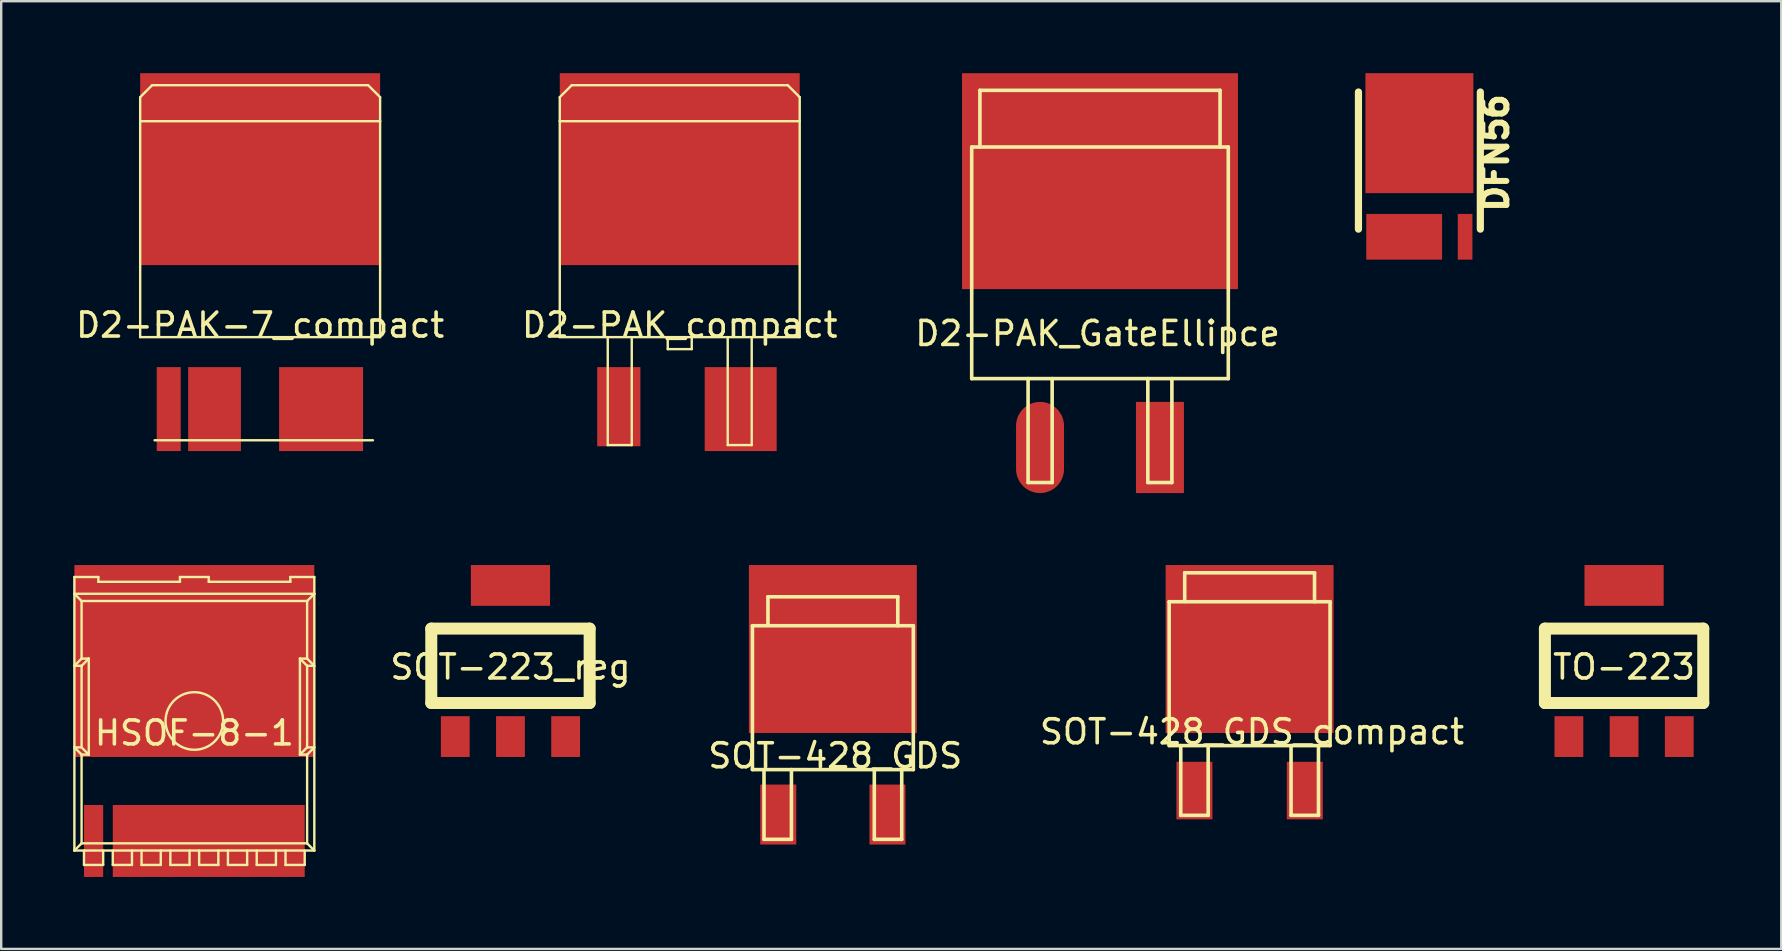
<source format=kicad_pcb>
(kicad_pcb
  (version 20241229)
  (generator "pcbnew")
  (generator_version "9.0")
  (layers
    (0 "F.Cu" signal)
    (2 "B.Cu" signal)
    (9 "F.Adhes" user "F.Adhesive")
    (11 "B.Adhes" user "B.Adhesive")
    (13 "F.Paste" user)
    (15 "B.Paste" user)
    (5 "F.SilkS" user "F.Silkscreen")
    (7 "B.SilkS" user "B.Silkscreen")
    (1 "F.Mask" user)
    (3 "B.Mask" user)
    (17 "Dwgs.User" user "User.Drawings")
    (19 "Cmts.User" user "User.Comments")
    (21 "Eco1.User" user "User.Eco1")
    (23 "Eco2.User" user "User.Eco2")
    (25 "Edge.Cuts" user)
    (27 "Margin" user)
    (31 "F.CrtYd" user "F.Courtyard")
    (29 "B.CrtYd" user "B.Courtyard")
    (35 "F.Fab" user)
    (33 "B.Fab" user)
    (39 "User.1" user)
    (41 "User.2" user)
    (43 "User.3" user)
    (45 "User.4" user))
  (footprint "D2-PAK-7_compact"
    (layer "F.Cu")
    (at 7.792 11)
    (property "Reference" "D2-PAK-7_compact" (at 0 -0.5 0) (layer "F.SilkS") (effects (font (size 1 1) (thickness 0.15))))
    (attr smd)
    (fp_line (start -5 -9) (end -5 -10) (stroke (width 0.1) (type solid)) (layer "F.SilkS"))
    (fp_line (start -5 -9) (end -5 0) (stroke (width 0.1) (type solid)) (layer "F.SilkS"))
    (fp_line (start -4.5 -10.5) (end -5 -10) (stroke (width 0.1) (type solid)) (layer "F.SilkS"))
    (fp_line (start -4.4 4.3) (end 4.7 4.3) (stroke (width 0.1) (type solid)) (layer "F.SilkS"))
    (fp_line (start 4.5 -10.5) (end -4.5 -10.5) (stroke (width 0.1) (type solid)) (layer "F.SilkS"))
    (fp_line (start 5 -10) (end 4.5 -10.5) (stroke (width 0.1) (type solid)) (layer "F.SilkS"))
    (fp_line (start 5 -9) (end -5 -9) (stroke (width 0.1) (type solid)) (layer "F.SilkS"))
    (fp_line (start 5 -9) (end 5 -10) (stroke (width 0.1) (type solid)) (layer "F.SilkS"))
    (fp_line (start 5 0) (end -5 0) (stroke (width 0.1) (type solid)) (layer "F.SilkS"))
    (fp_line (start 5 0) (end 5 -9) (stroke (width 0.1) (type solid)) (layer "F.SilkS"))
    (pad "D" smd rect (at 0 -7) (size 10 8) (layers "F.Cu" "F.Mask" "F.Paste"))
    (pad "G" smd rect (at -3.81 3) (size 1 3.5) (layers "F.Cu" "F.Mask" "F.Paste"))
    (pad "S" smd rect (at -1.9 3) (size 2.2 3.5) (layers "F.Cu" "F.Mask" "F.Paste"))
    (pad "S" smd rect (at 2.54 3) (size 3.5 3.5) (layers "F.Cu" "F.Mask" "F.Paste")))
  (footprint "SOT-428_GDS"
    (layer "F.Cu")
    (at 31.662 27.449)
    (property "Reference" "SOT-428_GDS" (at 0.099 1.001 0) (layer "F.SilkS") (effects (font (size 1 1) (thickness 0.15))))
    (attr smd)
    (fp_line (start -3.353 -4.42) (end -3.353 1.575) (stroke (width 0.15) (type solid)) (layer "F.SilkS"))
    (fp_line (start -2.87 1.575) (end -2.87 4.483) (stroke (width 0.15) (type solid)) (layer "F.SilkS"))
    (fp_line (start -2.87 4.483) (end -1.727 4.483) (stroke (width 0.15) (type solid)) (layer "F.SilkS"))
    (fp_line (start -2.705 -5.626) (end 2.705 -5.626) (stroke (width 0.15) (type solid)) (layer "F.SilkS"))
    (fp_line (start -2.705 -4.432) (end -2.705 -5.626) (stroke (width 0.15) (type solid)) (layer "F.SilkS"))
    (fp_line (start -1.727 4.483) (end -1.727 1.575) (stroke (width 0.15) (type solid)) (layer "F.SilkS"))
    (fp_line (start 1.727 1.575) (end 1.727 4.483) (stroke (width 0.15) (type solid)) (layer "F.SilkS"))
    (fp_line (start 1.727 4.483) (end 2.87 4.483) (stroke (width 0.15) (type solid)) (layer "F.SilkS"))
    (fp_line (start 2.705 -5.626) (end 2.705 -4.42) (stroke (width 0.15) (type solid)) (layer "F.SilkS"))
    (fp_line (start 2.87 4.483) (end 2.87 1.575) (stroke (width 0.15) (type solid)) (layer "F.SilkS"))
    (fp_line (start 3.353 -4.42) (end -3.353 -4.42) (stroke (width 0.15) (type solid)) (layer "F.SilkS"))
    (fp_line (start 3.353 1.575) (end -3.353 1.575) (stroke (width 0.15) (type solid)) (layer "F.SilkS"))
    (fp_line (start 3.353 1.575) (end 3.353 -4.42) (stroke (width 0.15) (type solid)) (layer "F.SilkS"))
    (pad "D" smd rect (at 0 -3.449) (size 7 7) (layers "F.Cu" "F.Mask" "F.Paste"))
    (pad "G" smd rect (at -2.276 3.449) (size 1.501 2.499) (layers "F.Cu" "F.Mask" "F.Paste"))
    (pad "S" smd rect (at 2.276 3.449) (size 1.501 2.499) (layers "F.Cu" "F.Mask" "F.Paste")))
  (footprint "D2-PAK_GateEllipce"
    (layer "F.Cu")
    (at 42.795 10.05)
    (property "Reference" "D2-PAK_GateEllipce" (at -0.099 0.8 0) (layer "F.SilkS") (effects (font (size 1 1) (thickness 0.15))))
    (attr smd)
    (fp_line (start -5.347 -6.972) (end 5.347 -6.972) (stroke (width 0.15) (type solid)) (layer "F.SilkS"))
    (fp_line (start -5.347 2.68) (end -5.347 -6.972) (stroke (width 0.15) (type solid)) (layer "F.SilkS"))
    (fp_line (start -5.004 -9.335) (end 5.004 -9.335) (stroke (width 0.15) (type solid)) (layer "F.SilkS"))
    (fp_line (start -5.004 -6.972) (end -5.004 -9.335) (stroke (width 0.15) (type solid)) (layer "F.SilkS"))
    (fp_line (start -2.997 2.68) (end -2.997 7.01) (stroke (width 0.15) (type solid)) (layer "F.SilkS"))
    (fp_line (start -2.997 7.01) (end -1.994 7.01) (stroke (width 0.15) (type solid)) (layer "F.SilkS"))
    (fp_line (start -1.994 7.01) (end -1.994 2.68) (stroke (width 0.15) (type solid)) (layer "F.SilkS"))
    (fp_line (start 1.994 2.68) (end 1.994 7.01) (stroke (width 0.15) (type solid)) (layer "F.SilkS"))
    (fp_line (start 1.994 7.01) (end 2.997 7.01) (stroke (width 0.15) (type solid)) (layer "F.SilkS"))
    (fp_line (start 2.997 7.01) (end 2.997 2.68) (stroke (width 0.15) (type solid)) (layer "F.SilkS"))
    (fp_line (start 5.004 -9.335) (end 5.004 -6.972) (stroke (width 0.15) (type solid)) (layer "F.SilkS"))
    (fp_line (start 5.347 -6.972) (end 5.347 2.68) (stroke (width 0.15) (type solid)) (layer "F.SilkS"))
    (fp_line (start 5.347 2.68) (end -5.347 2.68) (stroke (width 0.15) (type solid)) (layer "F.SilkS"))
    (pad "D" smd rect (at 0 -5.55) (size 11.501 8.999) (layers "F.Cu" "F.Mask" "F.Paste"))
    (pad "G" smd oval (at -2.499 5.55) (size 1.999 3.8) (layers "F.Cu" "F.Mask" "F.Paste"))
    (pad "S" smd rect (at 2.499 5.55) (size 1.999 3.8) (layers "F.Cu" "F.Mask" "F.Paste")))
  (footprint "HSOF-8-1"
    (layer "F.Cu")
    (at 5.05 26.999)
    (property "Reference" "HSOF-8-1" (at 0 0.5 0) (layer "F.SilkS") (effects (font (size 1 1) (thickness 0.15))))
    (attr through_hole)
    (fp_line (start -5 -6) (end -5 -5.3) (stroke (width 0.1) (type solid)) (layer "F.SilkS"))
    (fp_line (start -5 -5.3) (end -5 5.4) (stroke (width 0.1) (type solid)) (layer "F.SilkS"))
    (fp_line (start -5 -5.3) (end -4.7 -5) (stroke (width 0.1) (type solid)) (layer "F.SilkS"))
    (fp_line (start -5 -5.3) (end 5 -5.3) (stroke (width 0.1) (type solid)) (layer "F.SilkS"))
    (fp_line (start -5 5.4) (end 5 5.4) (stroke (width 0.1) (type solid)) (layer "F.SilkS"))
    (fp_line (start -4.7 -5) (end 4.7 -5) (stroke (width 0.1) (type solid)) (layer "F.SilkS"))
    (fp_line (start -4.7 -2.6) (end -5 -2.3) (stroke (width 0.1) (type solid)) (layer "F.SilkS"))
    (fp_line (start -4.7 -2.6) (end -4.7 -5) (stroke (width 0.1) (type solid)) (layer "F.SilkS"))
    (fp_line (start -4.7 -2.3) (end -5 -2.3) (stroke (width 0.1) (type solid)) (layer "F.SilkS"))
    (fp_line (start -4.7 -2.3) (end -4.7 1.1) (stroke (width 0.1) (type solid)) (layer "F.SilkS"))
    (fp_line (start -4.7 1.1) (end -5 1.1) (stroke (width 0.1) (type solid)) (layer "F.SilkS"))
    (fp_line (start -4.7 1.1) (end -4.4 1.4) (stroke (width 0.1) (type solid)) (layer "F.SilkS"))
    (fp_line (start -4.7 1.4) (end -5 1.1) (stroke (width 0.1) (type solid)) (layer "F.SilkS"))
    (fp_line (start -4.7 1.4) (end -4.7 5.1) (stroke (width 0.1) (type solid)) (layer "F.SilkS"))
    (fp_line (start -4.7 1.4) (end -4.4 1.4) (stroke (width 0.1) (type solid)) (layer "F.SilkS"))
    (fp_line (start -4.7 5.1) (end -5 5.4) (stroke (width 0.1) (type solid)) (layer "F.SilkS"))
    (fp_line (start -4.7 5.1) (end 4.7 5.1) (stroke (width 0.1) (type solid)) (layer "F.SilkS"))
    (fp_line (start -4.6 5.4) (end -4.6 6) (stroke (width 0.1) (type solid)) (layer "F.SilkS"))
    (fp_line (start -4.4 -2.6) (end -4.7 -2.6) (stroke (width 0.1) (type solid)) (layer "F.SilkS"))
    (fp_line (start -4.4 -2.6) (end -4.7 -2.3) (stroke (width 0.1) (type solid)) (layer "F.SilkS"))
    (fp_line (start -4.4 1.4) (end -4.4 -2.6) (stroke (width 0.1) (type solid)) (layer "F.SilkS"))
    (fp_line (start -4 -6) (end -5 -6) (stroke (width 0.1) (type solid)) (layer "F.SilkS"))
    (fp_line (start -4 -5.8) (end -4 -6) (stroke (width 0.1) (type solid)) (layer "F.SilkS"))
    (fp_line (start -3.8 5.4) (end -3.8 6) (stroke (width 0.1) (type solid)) (layer "F.SilkS"))
    (fp_line (start -3.8 6) (end -4.6 6) (stroke (width 0.1) (type solid)) (layer "F.SilkS"))
    (fp_line (start -3.4 6) (end -3.4 5.4) (stroke (width 0.1) (type solid)) (layer "F.SilkS"))
    (fp_line (start -2.6 5.4) (end -2.6 6) (stroke (width 0.1) (type solid)) (layer "F.SilkS"))
    (fp_line (start -2.6 6) (end -3.4 6) (stroke (width 0.1) (type solid)) (layer "F.SilkS"))
    (fp_line (start -2.2 6) (end -2.2 5.4) (stroke (width 0.1) (type solid)) (layer "F.SilkS"))
    (fp_line (start -1.4 5.4) (end -1.4 6) (stroke (width 0.1) (type solid)) (layer "F.SilkS"))
    (fp_line (start -1.4 6) (end -2.2 6) (stroke (width 0.1) (type solid)) (layer "F.SilkS"))
    (fp_line (start -1 6) (end -1 5.4) (stroke (width 0.1) (type solid)) (layer "F.SilkS"))
    (fp_line (start -0.6 -6) (end -0.6 -5.8) (stroke (width 0.1) (type solid)) (layer "F.SilkS"))
    (fp_line (start -0.6 -6) (end 0.6 -6) (stroke (width 0.1) (type solid)) (layer "F.SilkS"))
    (fp_line (start -0.6 -5.8) (end -4 -5.8) (stroke (width 0.1) (type solid)) (layer "F.SilkS"))
    (fp_line (start -0.2 5.4) (end -0.2 6) (stroke (width 0.1) (type solid)) (layer "F.SilkS"))
    (fp_line (start -0.2 6) (end -1 6) (stroke (width 0.1) (type solid)) (layer "F.SilkS"))
    (fp_line (start 0.2 5.4) (end 0.2 6) (stroke (width 0.1) (type solid)) (layer "F.SilkS"))
    (fp_line (start 0.2 6) (end 1 6) (stroke (width 0.1) (type solid)) (layer "F.SilkS"))
    (fp_line (start 0.6 -6) (end 0.6 -5.8) (stroke (width 0.1) (type solid)) (layer "F.SilkS"))
    (fp_line (start 1 6) (end 1 5.4) (stroke (width 0.1) (type solid)) (layer "F.SilkS"))
    (fp_line (start 1.4 5.4) (end 1.4 6) (stroke (width 0.1) (type solid)) (layer "F.SilkS"))
    (fp_line (start 1.4 6) (end 2.2 6) (stroke (width 0.1) (type solid)) (layer "F.SilkS"))
    (fp_line (start 2.2 6) (end 2.2 5.4) (stroke (width 0.1) (type solid)) (layer "F.SilkS"))
    (fp_line (start 2.6 5.4) (end 2.6 6) (stroke (width 0.1) (type solid)) (layer "F.SilkS"))
    (fp_line (start 2.6 6) (end 3.4 6) (stroke (width 0.1) (type solid)) (layer "F.SilkS"))
    (fp_line (start 3.4 6) (end 3.4 5.4) (stroke (width 0.1) (type solid)) (layer "F.SilkS"))
    (fp_line (start 3.8 5.4) (end 3.8 6) (stroke (width 0.1) (type solid)) (layer "F.SilkS"))
    (fp_line (start 3.8 6) (end 4.6 6) (stroke (width 0.1) (type solid)) (layer "F.SilkS"))
    (fp_line (start 4 -6) (end 4 -5.8) (stroke (width 0.1) (type solid)) (layer "F.SilkS"))
    (fp_line (start 4 -6) (end 5 -6) (stroke (width 0.1) (type solid)) (layer "F.SilkS"))
    (fp_line (start 4 -5.8) (end 0.6 -5.8) (stroke (width 0.1) (type solid)) (layer "F.SilkS"))
    (fp_line (start 4.4 -2.6) (end 4.7 -2.6) (stroke (width 0.1) (type solid)) (layer "F.SilkS"))
    (fp_line (start 4.4 -2.6) (end 4.7 -2.3) (stroke (width 0.1) (type solid)) (layer "F.SilkS"))
    (fp_line (start 4.4 1.4) (end 4.4 -2.6) (stroke (width 0.1) (type solid)) (layer "F.SilkS"))
    (fp_line (start 4.6 6) (end 4.6 5.4) (stroke (width 0.1) (type solid)) (layer "F.SilkS"))
    (fp_line (start 4.7 -5) (end 5 -5.3) (stroke (width 0.1) (type solid)) (layer "F.SilkS"))
    (fp_line (start 4.7 -2.6) (end 4.7 -5) (stroke (width 0.1) (type solid)) (layer "F.SilkS"))
    (fp_line (start 4.7 -2.6) (end 5 -2.3) (stroke (width 0.1) (type solid)) (layer "F.SilkS"))
    (fp_line (start 4.7 -2.3) (end 4.7 1.1) (stroke (width 0.1) (type solid)) (layer "F.SilkS"))
    (fp_line (start 4.7 -2.3) (end 5 -2.3) (stroke (width 0.1) (type solid)) (layer "F.SilkS"))
    (fp_line (start 4.7 1.1) (end 4.4 1.4) (stroke (width 0.1) (type solid)) (layer "F.SilkS"))
    (fp_line (start 4.7 1.1) (end 5 1.1) (stroke (width 0.1) (type solid)) (layer "F.SilkS"))
    (fp_line (start 4.7 1.4) (end 4.4 1.4) (stroke (width 0.1) (type solid)) (layer "F.SilkS"))
    (fp_line (start 4.7 1.4) (end 5 1.1) (stroke (width 0.1) (type solid)) (layer "F.SilkS"))
    (fp_line (start 4.7 5.1) (end 4.7 1.4) (stroke (width 0.1) (type solid)) (layer "F.SilkS"))
    (fp_line (start 5 -6) (end 5 -5.3) (stroke (width 0.1) (type solid)) (layer "F.SilkS"))
    (fp_line (start 5 5.4) (end 4.7 5.1) (stroke (width 0.1) (type solid)) (layer "F.SilkS"))
    (fp_line (start 5 5.4) (end 5 -5.3) (stroke (width 0.1) (type solid)) (layer "F.SilkS"))
    (fp_circle (center 0 0) (end 1.2 0) (stroke (width 0.1) (type solid)) (fill no) (layer "F.SilkS"))
    (pad "D" smd rect (at 0 -2.5) (size 10 8) (layers "F.Cu" "F.Mask" "F.Paste"))
    (pad "G" smd rect (at -4.2 5) (size 0.8 3) (layers "F.Cu" "F.Mask" "F.Paste"))
    (pad "S" smd rect (at 0.6 5) (size 8 3) (layers "F.Cu" "F.Mask" "F.Paste")))
  (footprint "D2-PAK_compact"
    (layer "F.Cu")
    (at 25.28 11)
    (property "Reference" "D2-PAK_compact" (at 0 -0.5 0) (layer "F.SilkS") (effects (font (size 1 1) (thickness 0.15))))
    (attr smd)
    (fp_line (start -5 -9) (end -5 -10) (stroke (width 0.1) (type solid)) (layer "F.SilkS"))
    (fp_line (start -5 -9) (end -5 0) (stroke (width 0.1) (type solid)) (layer "F.SilkS"))
    (fp_line (start -4.5 -10.5) (end -5 -10) (stroke (width 0.1) (type solid)) (layer "F.SilkS"))
    (fp_line (start -3 0) (end -3 4.5) (stroke (width 0.1) (type solid)) (layer "F.SilkS"))
    (fp_line (start -3 4.5) (end -2 4.5) (stroke (width 0.1) (type solid)) (layer "F.SilkS"))
    (fp_line (start -2 4.5) (end -2 0) (stroke (width 0.1) (type solid)) (layer "F.SilkS"))
    (fp_line (start -0.5 0) (end -0.5 0.5) (stroke (width 0.1) (type solid)) (layer "F.SilkS"))
    (fp_line (start -0.5 0.5) (end 0.5 0.5) (stroke (width 0.1) (type solid)) (layer "F.SilkS"))
    (fp_line (start 0.5 0.5) (end 0.5 0) (stroke (width 0.1) (type solid)) (layer "F.SilkS"))
    (fp_line (start 2 0) (end 2 4.5) (stroke (width 0.1) (type solid)) (layer "F.SilkS"))
    (fp_line (start 2 4.5) (end 3 4.5) (stroke (width 0.1) (type solid)) (layer "F.SilkS"))
    (fp_line (start 3 4.5) (end 3 0) (stroke (width 0.1) (type solid)) (layer "F.SilkS"))
    (fp_line (start 4.5 -10.5) (end -4.5 -10.5) (stroke (width 0.1) (type solid)) (layer "F.SilkS"))
    (fp_line (start 5 -10) (end 4.5 -10.5) (stroke (width 0.1) (type solid)) (layer "F.SilkS"))
    (fp_line (start 5 -9) (end -5 -9) (stroke (width 0.1) (type solid)) (layer "F.SilkS"))
    (fp_line (start 5 -9) (end 5 -10) (stroke (width 0.1) (type solid)) (layer "F.SilkS"))
    (fp_line (start 5 0) (end -5 0) (stroke (width 0.1) (type solid)) (layer "F.SilkS"))
    (fp_line (start 5 0) (end 5 -9) (stroke (width 0.1) (type solid)) (layer "F.SilkS"))
    (pad "D" smd rect (at 0 -7) (size 10 8) (layers "F.Cu" "F.Mask" "F.Paste"))
    (pad "G" smd rect (at -2.54 2.9) (size 1.8 3.3) (layers "F.Cu" "F.Mask" "F.Paste"))
    (pad "S" smd rect (at 2.54 3) (size 3 3.5) (layers "F.Cu" "F.Mask" "F.Paste")))
  (footprint "TO-223"
    (layer "F.Cu")
    (at 64.638 27.649)
    (property "Reference" "TO-223" (at 0 -2.9 0) (layer "F.SilkS") (effects (font (size 1 1) (thickness 0.15))))
    (attr through_hole)
    (fp_line (start -3.3 -4.5) (end -3.3 -1.4) (stroke (width 0.5) (type solid)) (layer "F.SilkS"))
    (fp_line (start -3.3 -4.5) (end 3.3 -4.5) (stroke (width 0.5) (type solid)) (layer "F.SilkS"))
    (fp_line (start -3.3 -1.4) (end 3.3 -1.4) (stroke (width 0.5) (type solid)) (layer "F.SilkS"))
    (fp_line (start 3.3 -4.5) (end 3.3 -1.4) (stroke (width 0.5) (type solid)) (layer "F.SilkS"))
    (pad "1" smd rect (at -2.3 0) (size 1.2 1.7) (layers "F.Cu" "F.Mask" "F.Paste"))
    (pad "2" smd rect (at 0 0) (size 1.2 1.7) (layers "F.Cu" "F.Mask" "F.Paste"))
    (pad "3" smd rect (at 2.3 0) (size 1.2 1.7) (layers "F.Cu" "F.Mask" "F.Paste"))
    (pad "4" smd rect (at 0 -6.3) (size 3.3 1.7) (layers "F.Cu" "F.Mask" "F.Paste")))
  (footprint "SOT-223_reg"
    (layer "F.Cu")
    (at 18.225 27.649)
    (property "Reference" "SOT-223_reg" (at 0 -2.9 0) (layer "F.SilkS") (effects (font (size 1 1) (thickness 0.15))))
    (attr through_hole)
    (fp_line (start -3.3 -4.5) (end -3.3 -1.4) (stroke (width 0.5) (type solid)) (layer "F.SilkS"))
    (fp_line (start -3.3 -4.5) (end 3.3 -4.5) (stroke (width 0.5) (type solid)) (layer "F.SilkS"))
    (fp_line (start -3.3 -1.4) (end 3.3 -1.4) (stroke (width 0.5) (type solid)) (layer "F.SilkS"))
    (fp_line (start 3.3 -4.5) (end 3.3 -1.4) (stroke (width 0.5) (type solid)) (layer "F.SilkS"))
    (pad "1" smd rect (at -2.3 0) (size 1.2 1.7) (layers "F.Cu" "F.Mask" "F.Paste"))
    (pad "2" smd rect (at 0 -6.3) (size 3.3 1.7) (layers "F.Cu" "F.Mask" "F.Paste"))
    (pad "2" smd rect (at 0 0) (size 1.2 1.7) (layers "F.Cu" "F.Mask" "F.Paste"))
    (pad "3" smd rect (at 2.3 0) (size 1.2 1.7) (layers "F.Cu" "F.Mask" "F.Paste")))
  (footprint "DFN56"
    (layer "F.Cu")
    (at 56.107 6.5)
    (property "Reference" "DFN56" (at 3.175 -3.175 90) (layer "F.SilkS") (effects (font (size 1 1) (thickness 0.3))))
    (attr through_hole)
    (fp_line (start -2.54 -5.715) (end -2.54 0) (stroke (width 0.3) (type solid)) (layer "F.SilkS"))
    (fp_line (start 2.54 -5.715) (end 2.54 0) (stroke (width 0.3) (type solid)) (layer "F.SilkS"))
    (pad "1" smd rect (at 1.905 0.318) (size 0.61 1.905) (layers "F.Cu" "F.Mask" "F.Paste"))
    (pad "2" smd rect (at 0 -4) (size 4.5 5) (layers "F.Cu" "F.Mask" "F.Paste"))
    (pad "3" smd rect (at -0.635 0.318) (size 3.16 1.905) (layers "F.Cu" "F.Mask" "F.Paste")))
  (footprint "SOT-428_GDS_compact"
    (layer "F.Cu")
    (at 49.031 26.449)
    (property "Reference" "SOT-428_GDS_compact" (at 0.099 1.001 0) (layer "F.SilkS") (effects (font (size 1 1) (thickness 0.15))))
    (attr smd)
    (fp_line (start -3.353 -4.42) (end -3.353 1.575) (stroke (width 0.15) (type solid)) (layer "F.SilkS"))
    (fp_line (start -2.87 1.575) (end -2.87 4.483) (stroke (width 0.15) (type solid)) (layer "F.SilkS"))
    (fp_line (start -2.87 4.483) (end -1.727 4.483) (stroke (width 0.15) (type solid)) (layer "F.SilkS"))
    (fp_line (start -2.705 -5.626) (end 2.705 -5.626) (stroke (width 0.15) (type solid)) (layer "F.SilkS"))
    (fp_line (start -2.705 -4.432) (end -2.705 -5.626) (stroke (width 0.15) (type solid)) (layer "F.SilkS"))
    (fp_line (start -1.727 4.483) (end -1.727 1.575) (stroke (width 0.15) (type solid)) (layer "F.SilkS"))
    (fp_line (start 1.727 1.575) (end 1.727 4.483) (stroke (width 0.15) (type solid)) (layer "F.SilkS"))
    (fp_line (start 1.727 4.483) (end 2.87 4.483) (stroke (width 0.15) (type solid)) (layer "F.SilkS"))
    (fp_line (start 2.705 -5.626) (end 2.705 -4.42) (stroke (width 0.15) (type solid)) (layer "F.SilkS"))
    (fp_line (start 2.87 4.483) (end 2.87 1.575) (stroke (width 0.15) (type solid)) (layer "F.SilkS"))
    (fp_line (start 3.353 -4.42) (end -3.353 -4.42) (stroke (width 0.15) (type solid)) (layer "F.SilkS"))
    (fp_line (start 3.353 1.575) (end -3.353 1.575) (stroke (width 0.15) (type solid)) (layer "F.SilkS"))
    (fp_line (start 3.353 1.575) (end 3.353 -4.42) (stroke (width 0.15) (type solid)) (layer "F.SilkS"))
    (pad "D" smd rect (at 0 -2.449) (size 7 7) (layers "F.Cu" "F.Mask" "F.Paste"))
    (pad "G" smd rect (at -2.3 3.45) (size 1.5 2.4) (layers "F.Cu" "F.Mask" "F.Paste"))
    (pad "S" smd rect (at 2.3 3.45) (size 1.5 2.4) (layers "F.Cu" "F.Mask" "F.Paste")))
  (gr_rect
    (start -3 -3)
    (end 71.188 36.499)
    (stroke (width 0.1) (type default))
    (fill no)
    (layer "Edge.Cuts")))
</source>
